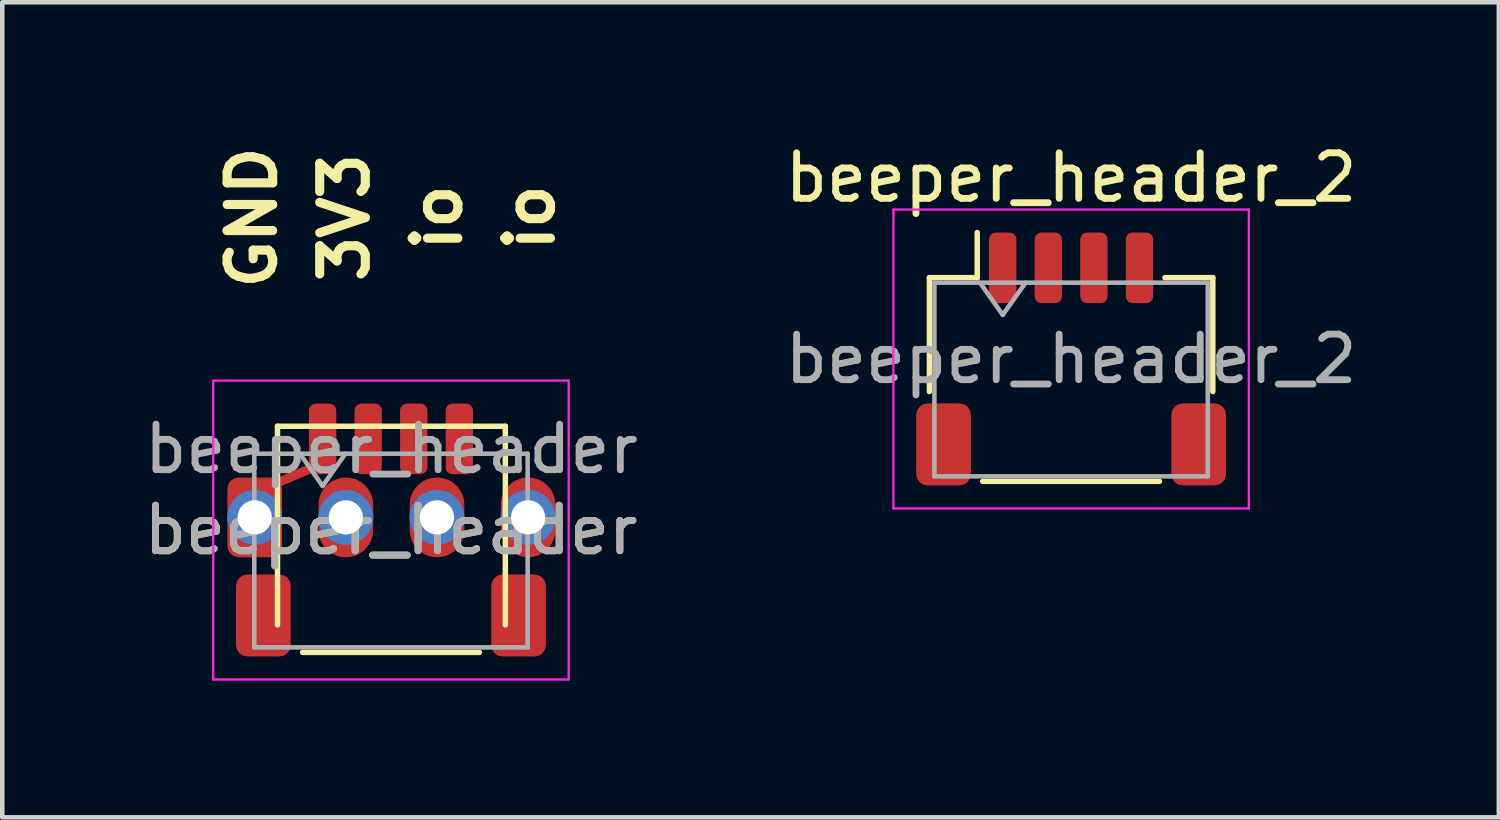
<source format=kicad_pcb>
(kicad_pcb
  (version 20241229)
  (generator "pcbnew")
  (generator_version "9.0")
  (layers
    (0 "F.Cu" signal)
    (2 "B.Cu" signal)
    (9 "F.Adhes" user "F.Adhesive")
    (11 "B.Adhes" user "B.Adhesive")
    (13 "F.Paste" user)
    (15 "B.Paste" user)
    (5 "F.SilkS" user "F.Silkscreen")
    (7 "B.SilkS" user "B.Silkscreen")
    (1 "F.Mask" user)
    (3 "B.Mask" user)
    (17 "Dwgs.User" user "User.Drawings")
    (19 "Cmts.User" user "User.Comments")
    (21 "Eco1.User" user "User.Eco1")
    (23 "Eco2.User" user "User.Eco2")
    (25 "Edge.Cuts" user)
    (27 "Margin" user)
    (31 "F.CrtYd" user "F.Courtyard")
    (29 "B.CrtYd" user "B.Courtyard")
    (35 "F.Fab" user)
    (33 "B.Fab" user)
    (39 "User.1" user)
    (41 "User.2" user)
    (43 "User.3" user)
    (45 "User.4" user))
  (footprint "beeper_header_2"
    (layer "F.Cu")
    (at 20.456 4.828)
    (property "Reference" "beeper_header_2" (at 0 -3.98 0) (layer "F.SilkS") (effects (font (size 1 1) (thickness 0.15))))
    (attr smd)
    (fp_line (start -3.11 -1.785) (end -2.06 -1.785) (stroke (width 0.12) (type solid)) (layer "F.SilkS"))
    (fp_line (start -3.11 0.715) (end -3.11 -1.785) (stroke (width 0.12) (type solid)) (layer "F.SilkS"))
    (fp_line (start -2.06 -1.785) (end -2.06 -2.775) (stroke (width 0.12) (type solid)) (layer "F.SilkS"))
    (fp_line (start -1.94 2.685) (end 1.94 2.685) (stroke (width 0.12) (type solid)) (layer "F.SilkS"))
    (fp_line (start 3.11 -1.785) (end 2.06 -1.785) (stroke (width 0.12) (type solid)) (layer "F.SilkS"))
    (fp_line (start 3.11 0.715) (end 3.11 -1.785) (stroke (width 0.12) (type solid)) (layer "F.SilkS"))
    (fp_line (start -3.9 -3.28) (end -3.9 3.28) (stroke (width 0.05) (type solid)) (layer "F.CrtYd"))
    (fp_line (start -3.9 3.28) (end 3.9 3.28) (stroke (width 0.05) (type solid)) (layer "F.CrtYd"))
    (fp_line (start 3.9 -3.28) (end -3.9 -3.28) (stroke (width 0.05) (type solid)) (layer "F.CrtYd"))
    (fp_line (start 3.9 3.28) (end 3.9 -3.28) (stroke (width 0.05) (type solid)) (layer "F.CrtYd"))
    (fp_line (start -3 -1.675) (end -3 2.575) (stroke (width 0.1) (type solid)) (layer "F.Fab"))
    (fp_line (start -3 -1.675) (end 3 -1.675) (stroke (width 0.1) (type solid)) (layer "F.Fab"))
    (fp_line (start -3 2.575) (end 3 2.575) (stroke (width 0.1) (type solid)) (layer "F.Fab"))
    (fp_line (start -2 -1.675) (end -1.5 -0.968) (stroke (width 0.1) (type solid)) (layer "F.Fab"))
    (fp_line (start -1.5 -0.968) (end -1 -1.675) (stroke (width 0.1) (type solid)) (layer "F.Fab"))
    (fp_line (start 3 -1.675) (end 3 2.575) (stroke (width 0.1) (type solid)) (layer "F.Fab"))
    (fp_text user "${REFERENCE}" (at 0 0 0) (layer "F.Fab") (effects (font (size 1 1) (thickness 0.15))))
    (pad "1" smd roundrect (at -1.5 -2) (size 0.6 1.55) (layers "F.Cu" "F.Mask" "F.Paste") (roundrect_rratio 0.25))
    (pad "2" smd roundrect (at -0.5 -2) (size 0.6 1.55) (layers "F.Cu" "F.Mask" "F.Paste") (roundrect_rratio 0.25))
    (pad "3" smd roundrect (at 0.5 -2) (size 0.6 1.55) (layers "F.Cu" "F.Mask" "F.Paste") (roundrect_rratio 0.25))
    (pad "4" smd roundrect (at 1.5 -2) (size 0.6 1.55) (layers "F.Cu" "F.Mask" "F.Paste") (roundrect_rratio 0.25))
    (pad "MP" smd roundrect (at -2.8 1.875) (size 1.2 1.8) (layers "F.Cu" "F.Mask" "F.Paste") (roundrect_rratio 0.208))
    (pad "MP" smd roundrect (at 2.8 1.875) (size 1.2 1.8) (layers "F.Cu" "F.Mask" "F.Paste") (roundrect_rratio 0.208)))
  (footprint "beeper_header"
    (layer "F.Cu")
    (at 5.53 8.582)
    (property "Reference" "beeper_header" (at 0 0 0) (layer "F.SilkS") (effects (font (size 1 1) (thickness 0.15))))
    (attr smd)
    (fp_line (start -2.54 -1.016) (end -1.651 -1.397) (stroke (width 0.2) (type solid)) (layer "F.Cu"))
    (fp_poly (pts (xy -2.544 -1.134) (xy -2.463 -1.08) (xy -2.409 -0.999) (xy -2.39 -0.903) (xy -2.39 0.347) (xy -2.409 0.443) (xy -2.463 0.524) (xy -2.544 0.578) (xy -2.64 0.597) (xy -3.34 0.597) (xy -3.436 0.578) (xy -3.517 0.524) (xy -3.571 0.443) (xy -3.59 0.347) (xy -3.59 -0.903) (xy -3.571 -0.999) (xy -3.517 -1.08) (xy -3.436 -1.134) (xy -3.34 -1.153) (xy -2.64 -1.153)) (stroke (width 0) (type solid)) (fill yes) (layer "F.Cu"))
    (fp_poly (pts (xy -1.293 -2.764) (xy -1.244 -2.731) (xy -1.211 -2.682) (xy -1.2 -2.625) (xy -1.2 -1.375) (xy -1.211 -1.318) (xy -1.244 -1.269) (xy -1.293 -1.236) (xy -1.35 -1.225) (xy -1.65 -1.225) (xy -1.707 -1.236) (xy -1.756 -1.269) (xy -1.789 -1.318) (xy -1.8 -1.375) (xy -1.8 -2.625) (xy -1.789 -2.682) (xy -1.756 -2.731) (xy -1.707 -2.764) (xy -1.65 -2.775) (xy -1.35 -2.775)) (stroke (width 0) (type solid)) (fill yes) (layer "F.Cu"))
    (fp_line (start -2.49 -2.278) (end 2.51 -2.278) (stroke (width 0.12) (type solid)) (layer "F.SilkS"))
    (fp_line (start -2.49 2.082) (end -2.49 -2.278) (stroke (width 0.12) (type solid)) (layer "F.SilkS"))
    (fp_line (start -1.94 2.685) (end 1.94 2.685) (stroke (width 0.12) (type solid)) (layer "F.SilkS"))
    (fp_line (start 2.51 -2.278) (end 2.51 2.082) (stroke (width 0.12) (type solid)) (layer "F.SilkS"))
    (fp_line (start -3.9 -3.28) (end -3.9 3.28) (stroke (width 0.05) (type solid)) (layer "F.CrtYd"))
    (fp_line (start -3.9 3.28) (end 3.9 3.28) (stroke (width 0.05) (type solid)) (layer "F.CrtYd"))
    (fp_line (start 3.9 -3.28) (end -3.9 -3.28) (stroke (width 0.05) (type solid)) (layer "F.CrtYd"))
    (fp_line (start 3.9 3.28) (end 3.9 -3.28) (stroke (width 0.05) (type solid)) (layer "F.CrtYd"))
    (fp_line (start -3 -1.675) (end -3 2.575) (stroke (width 0.1) (type solid)) (layer "F.Fab"))
    (fp_line (start -3 -1.675) (end 3 -1.675) (stroke (width 0.1) (type solid)) (layer "F.Fab"))
    (fp_line (start -3 2.575) (end 3 2.575) (stroke (width 0.1) (type solid)) (layer "F.Fab"))
    (fp_line (start -2 -1.675) (end -1.5 -0.968) (stroke (width 0.1) (type solid)) (layer "F.Fab"))
    (fp_line (start -1.5 -0.968) (end -1 -1.675) (stroke (width 0.1) (type solid)) (layer "F.Fab"))
    (fp_line (start 3 -1.675) (end 3 2.575) (stroke (width 0.1) (type solid)) (layer "F.Fab"))
    (fp_text user "3V3" (at -1.016 -6.858 90) (unlocked yes) (layer "F.SilkS") (effects (font (size 1 1) (thickness 0.2))))
    (fp_text user "io" (at 1.016 -6.858 90) (unlocked yes) (layer "F.SilkS") (effects (font (size 1 1) (thickness 0.2))))
    (fp_text user "io" (at 3.048 -6.858 90) (unlocked yes) (layer "F.SilkS") (effects (font (size 1 1) (thickness 0.2))))
    (fp_text user "GND" (at -3.048 -6.858 90) (unlocked yes) (layer "F.SilkS") (effects (font (size 1 1) (thickness 0.2))))
    (fp_text user "${REFERENCE}" (at 0.01 -1.778 0) (layer "F.Fab") (effects (font (size 1 1) (thickness 0.15))))
    (fp_text user "${REFERENCE}" (at 0 0 0) (layer "F.Fab") (effects (font (size 1 1) (thickness 0.15))))
    (pad "" smd oval (at -0.99 -0.278) (size 1.2 1.75) (layers "F.Cu" "F.Mask" "F.Paste"))
    (pad "" smd custom (at -0.5 -2) (size 0.6 0.6) (layers "F.Cu" "F.Mask" "F.Paste") (options (anchor circle)) (primitives (gr_poly (pts (xy 0.207 -0.764) (xy 0.256 -0.731) (xy 0.289 -0.682) (xy 0.3 -0.625) (xy 0.3 0.625) (xy 0.289 0.682) (xy 0.256 0.731) (xy 0.207 0.764) (xy 0.15 0.775) (xy -0.15 0.775) (xy -0.207 0.764) (xy -0.256 0.731) (xy -0.289 0.682) (xy -0.3 0.625) (xy -0.3 -0.625) (xy -0.289 -0.682) (xy -0.256 -0.731) (xy -0.207 -0.764) (xy -0.15 -0.775) (xy 0.15 -0.775)) (width 0) (fill yes))))
    (pad "" smd custom (at 0.5 -2) (size 0.6 0.6) (layers "F.Cu" "F.Mask" "F.Paste") (options (anchor circle)) (primitives (gr_poly (pts (xy 0.207 -0.764) (xy 0.256 -0.731) (xy 0.289 -0.682) (xy 0.3 -0.625) (xy 0.3 0.625) (xy 0.289 0.682) (xy 0.256 0.731) (xy 0.207 0.764) (xy 0.15 0.775) (xy -0.15 0.775) (xy -0.207 0.764) (xy -0.256 0.731) (xy -0.289 0.682) (xy -0.3 0.625) (xy -0.3 -0.625) (xy -0.289 -0.682) (xy -0.256 -0.731) (xy -0.207 -0.764) (xy -0.15 -0.775) (xy 0.15 -0.775)) (width 0) (fill yes))))
    (pad "" smd oval (at 1.01 -0.278) (size 1.2 1.75) (layers "F.Cu" "F.Mask" "F.Paste"))
    (pad "" smd custom (at 1.5 -2) (size 0.6 0.6) (layers "F.Cu" "F.Mask" "F.Paste") (options (anchor circle)) (primitives (gr_poly (pts (xy 0.207 -0.764) (xy 0.256 -0.731) (xy 0.289 -0.682) (xy 0.3 -0.625) (xy 0.3 0.625) (xy 0.289 0.682) (xy 0.256 0.731) (xy 0.207 0.764) (xy 0.15 0.775) (xy -0.15 0.775) (xy -0.207 0.764) (xy -0.256 0.731) (xy -0.289 0.682) (xy -0.3 0.625) (xy -0.3 -0.625) (xy -0.289 -0.682) (xy -0.256 -0.731) (xy -0.207 -0.764) (xy -0.15 -0.775) (xy 0.15 -0.775)) (width 0) (fill yes))))
    (pad "" smd oval (at 3.01 -0.278) (size 1.2 1.75) (layers "F.Cu" "F.Mask" "F.Paste"))
    (pad "1" thru_hole circle (at -2.99 -0.278) (size 1.2 1.2) (drill 0.75) (layers "*.Cu" "*.Mask"))
    (pad "2" thru_hole circle (at -0.99 -0.278) (size 1.2 1.2) (drill 0.75) (layers "*.Cu" "*.Mask"))
    (pad "3" thru_hole circle (at 1.01 -0.278) (size 1.2 1.2) (drill 0.75) (layers "*.Cu" "*.Mask"))
    (pad "4" thru_hole circle (at 3.01 -0.278) (size 1.2 1.2) (drill 0.75) (layers "*.Cu" "*.Mask"))
    (pad "MP" smd roundrect (at -2.8 1.875) (size 1.2 1.8) (layers "F.Cu" "F.Mask" "F.Paste") (roundrect_rratio 0.208))
    (pad "MP" smd roundrect (at 2.8 1.875) (size 1.2 1.8) (layers "F.Cu" "F.Mask" "F.Paste") (roundrect_rratio 0.208)))
  (gr_rect
    (start -3 -3)
    (end 29.843 14.887)
    (stroke (width 0.1) (type default))
    (fill no)
    (layer "Edge.Cuts")))
</source>
